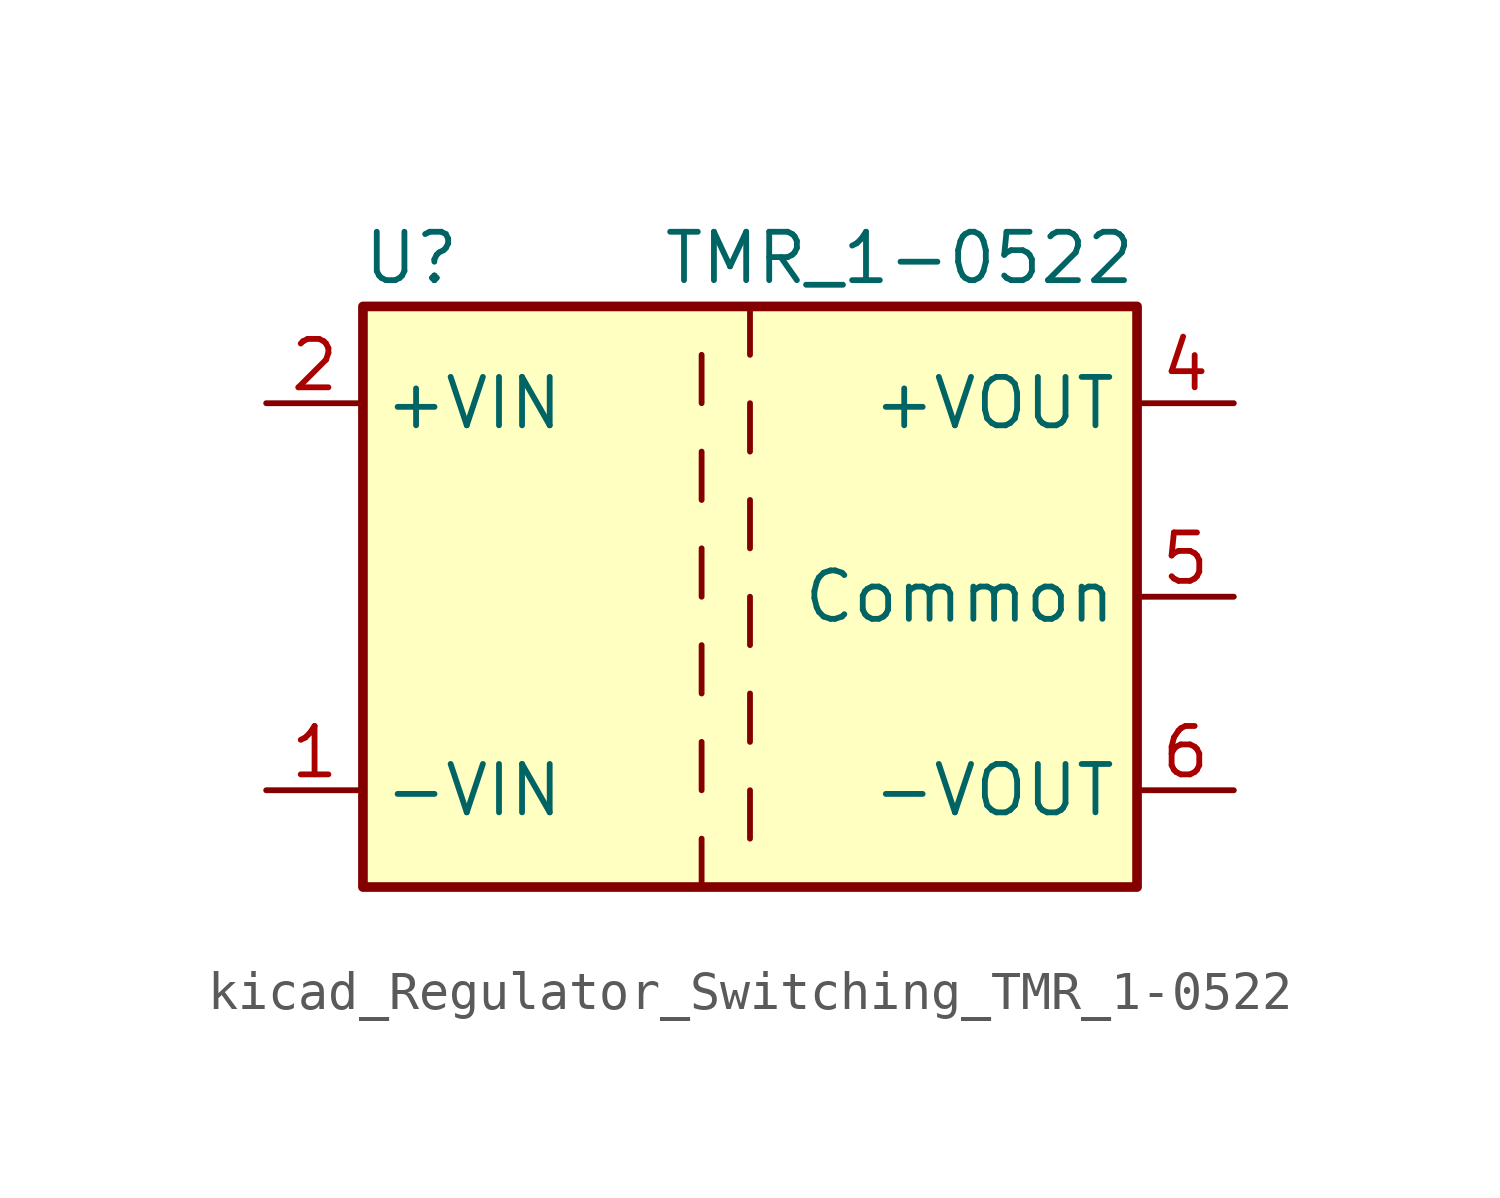
<source format=kicad_sym>
(kicad_symbol_lib
  (version 20220914)
  (generator kicad_symbol_editor)
  (symbol "kicad_Regulator_Switching_TMR_1-0522"
    (property "Reference" "U"
      (at -8.89 8.89 0)
      (effects (font (size 1.27 1.27))))
    (property "Value" "TMR_1-0522"
      (at 10.16 8.89 0)
      (effects (font (size 1.27 1.27)) (justify right)))
    (symbol "kicad_Regulator_Switching_TMR_1-0522_0_1"
      (rectangle (start -10.16 7.62) (end 10.16 -7.62) (stroke (width 0.254) (type default)) (fill (type background)))
      (polyline (pts (xy -1.27 -6.35) (xy -1.27 -7.62)) (stroke (width 0) (type default)) (fill (type none)))
      (polyline (pts (xy -1.27 -3.81) (xy -1.27 -5.08)) (stroke (width 0) (type default)) (fill (type none)))
      (polyline (pts (xy -1.27 -1.27) (xy -1.27 -2.54)) (stroke (width 0) (type default)) (fill (type none)))
      (polyline (pts (xy -1.27 1.27) (xy -1.27 0)) (stroke (width 0) (type default)) (fill (type none)))
      (polyline (pts (xy -1.27 3.81) (xy -1.27 2.54)) (stroke (width 0) (type default)) (fill (type none)))
      (polyline (pts (xy -1.27 6.35) (xy -1.27 5.08)) (stroke (width 0) (type default)) (fill (type none)))
      (polyline (pts (xy 0 -5.08) (xy 0 -6.35)) (stroke (width 0) (type default)) (fill (type none)))
      (polyline (pts (xy 0 -2.54) (xy 0 -3.81)) (stroke (width 0) (type default)) (fill (type none)))
      (polyline (pts (xy 0 0) (xy 0 -1.27)) (stroke (width 0) (type default)) (fill (type none)))
      (polyline (pts (xy 0 2.54) (xy 0 1.27)) (stroke (width 0) (type default)) (fill (type none)))
      (polyline (pts (xy 0 5.08) (xy 0 3.81)) (stroke (width 0) (type default)) (fill (type none)))
      (polyline (pts (xy 0 7.62) (xy 0 6.35)) (stroke (width 0) (type default)) (fill (type none))))
    (symbol "kicad_Regulator_Switching_TMR_1-0522_1_1"
      (pin power_in line (at -12.7 -5.08 0) (length 2.54) (name "-VIN" (effects (font (size 1.27 1.27)))) (number "1" (effects (font (size 1.27 1.27)))))
      (pin power_in line (at -12.7 5.08 0) (length 2.54) (name "+VIN" (effects (font (size 1.27 1.27)))) (number "2" (effects (font (size 1.27 1.27)))))
      (pin power_out line (at 12.7 5.08 180) (length 2.54) (name "+VOUT" (effects (font (size 1.27 1.27)))) (number "4" (effects (font (size 1.27 1.27)))))
      (pin power_out line (at 12.7 0 180) (length 2.54) (name "Common" (effects (font (size 1.27 1.27)))) (number "5" (effects (font (size 1.27 1.27)))))
      (pin power_out line (at 12.7 -5.08 180) (length 2.54) (name "-VOUT" (effects (font (size 1.27 1.27)))) (number "6" (effects (font (size 1.27 1.27))))))))
</source>
